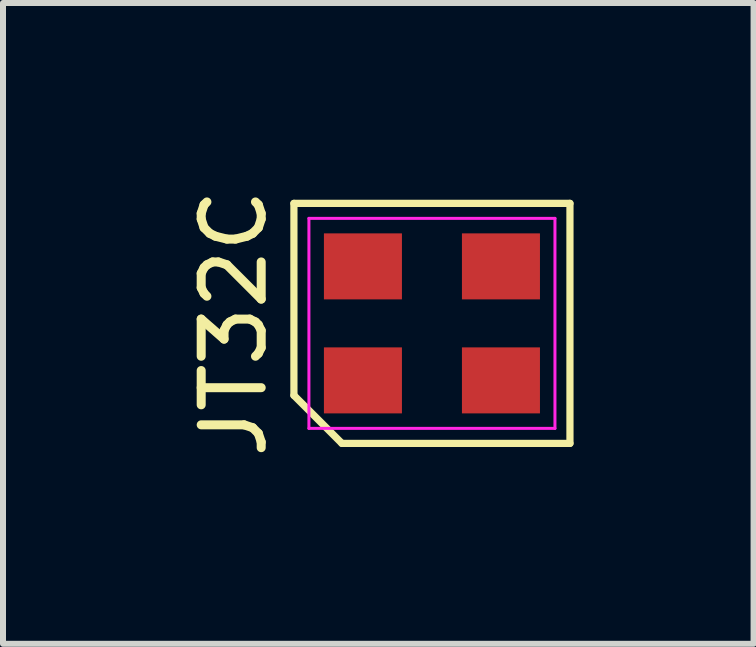
<source format=kicad_pcb>
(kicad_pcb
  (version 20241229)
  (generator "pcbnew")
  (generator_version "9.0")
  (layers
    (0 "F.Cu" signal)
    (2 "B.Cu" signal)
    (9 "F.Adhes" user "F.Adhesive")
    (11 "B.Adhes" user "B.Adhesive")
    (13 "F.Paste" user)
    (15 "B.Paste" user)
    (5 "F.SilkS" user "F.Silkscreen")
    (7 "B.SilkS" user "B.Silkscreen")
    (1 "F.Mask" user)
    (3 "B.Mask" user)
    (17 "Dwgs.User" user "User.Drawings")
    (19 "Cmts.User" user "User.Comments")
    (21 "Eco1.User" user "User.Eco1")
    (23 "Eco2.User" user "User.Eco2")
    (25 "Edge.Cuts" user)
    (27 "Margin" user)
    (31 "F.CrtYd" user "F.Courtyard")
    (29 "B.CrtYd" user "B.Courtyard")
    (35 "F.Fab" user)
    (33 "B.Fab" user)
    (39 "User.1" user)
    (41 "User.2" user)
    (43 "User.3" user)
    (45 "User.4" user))
  (footprint "JT32C"
    (layer "F.Cu")
    (at 4.148 2.339)
    (property "Reference" "JT32C" (at -3.3 0 90) (layer "F.SilkS") (effects (font (size 1 1) (thickness 0.15))))
    (attr smd)
    (fp_line (start -2.3 -2) (end 2.3 -2) (stroke (width 0.12) (type solid)) (layer "F.SilkS"))
    (fp_line (start -2.3 1.2) (end -2.3 -2) (stroke (width 0.12) (type solid)) (layer "F.SilkS"))
    (fp_line (start -1.5 2) (end -2.3 1.2) (stroke (width 0.12) (type solid)) (layer "F.SilkS"))
    (fp_line (start 2.3 -2) (end 2.3 2) (stroke (width 0.12) (type solid)) (layer "F.SilkS"))
    (fp_line (start 2.3 2) (end -1.5 2) (stroke (width 0.12) (type solid)) (layer "F.SilkS"))
    (fp_line (start -2.05 -1.75) (end 2.05 -1.75) (stroke (width 0.05) (type solid)) (layer "F.CrtYd"))
    (fp_line (start -2.05 1.75) (end -2.05 -1.75) (stroke (width 0.05) (type solid)) (layer "F.CrtYd"))
    (fp_line (start 2.05 -1.75) (end 2.05 1.75) (stroke (width 0.05) (type solid)) (layer "F.CrtYd"))
    (fp_line (start 2.05 1.75) (end -2.05 1.75) (stroke (width 0.05) (type solid)) (layer "F.CrtYd"))
    (pad "1" smd rect (at -1.15 0.95) (size 1.3 1.1) (layers "F.Cu" "F.Mask" "F.Paste"))
    (pad "2" smd rect (at 1.15 0.95) (size 1.3 1.1) (layers "F.Cu" "F.Mask" "F.Paste"))
    (pad "3" smd rect (at 1.15 -0.95) (size 1.3 1.1) (layers "F.Cu" "F.Mask" "F.Paste"))
    (pad "4" smd rect (at -1.15 -0.95) (size 1.3 1.1) (layers "F.Cu" "F.Mask" "F.Paste")))
  (gr_rect
    (start -3 -3)
    (end 9.508 7.679)
    (stroke (width 0.1) (type default))
    (fill no)
    (layer "Edge.Cuts")))
</source>
